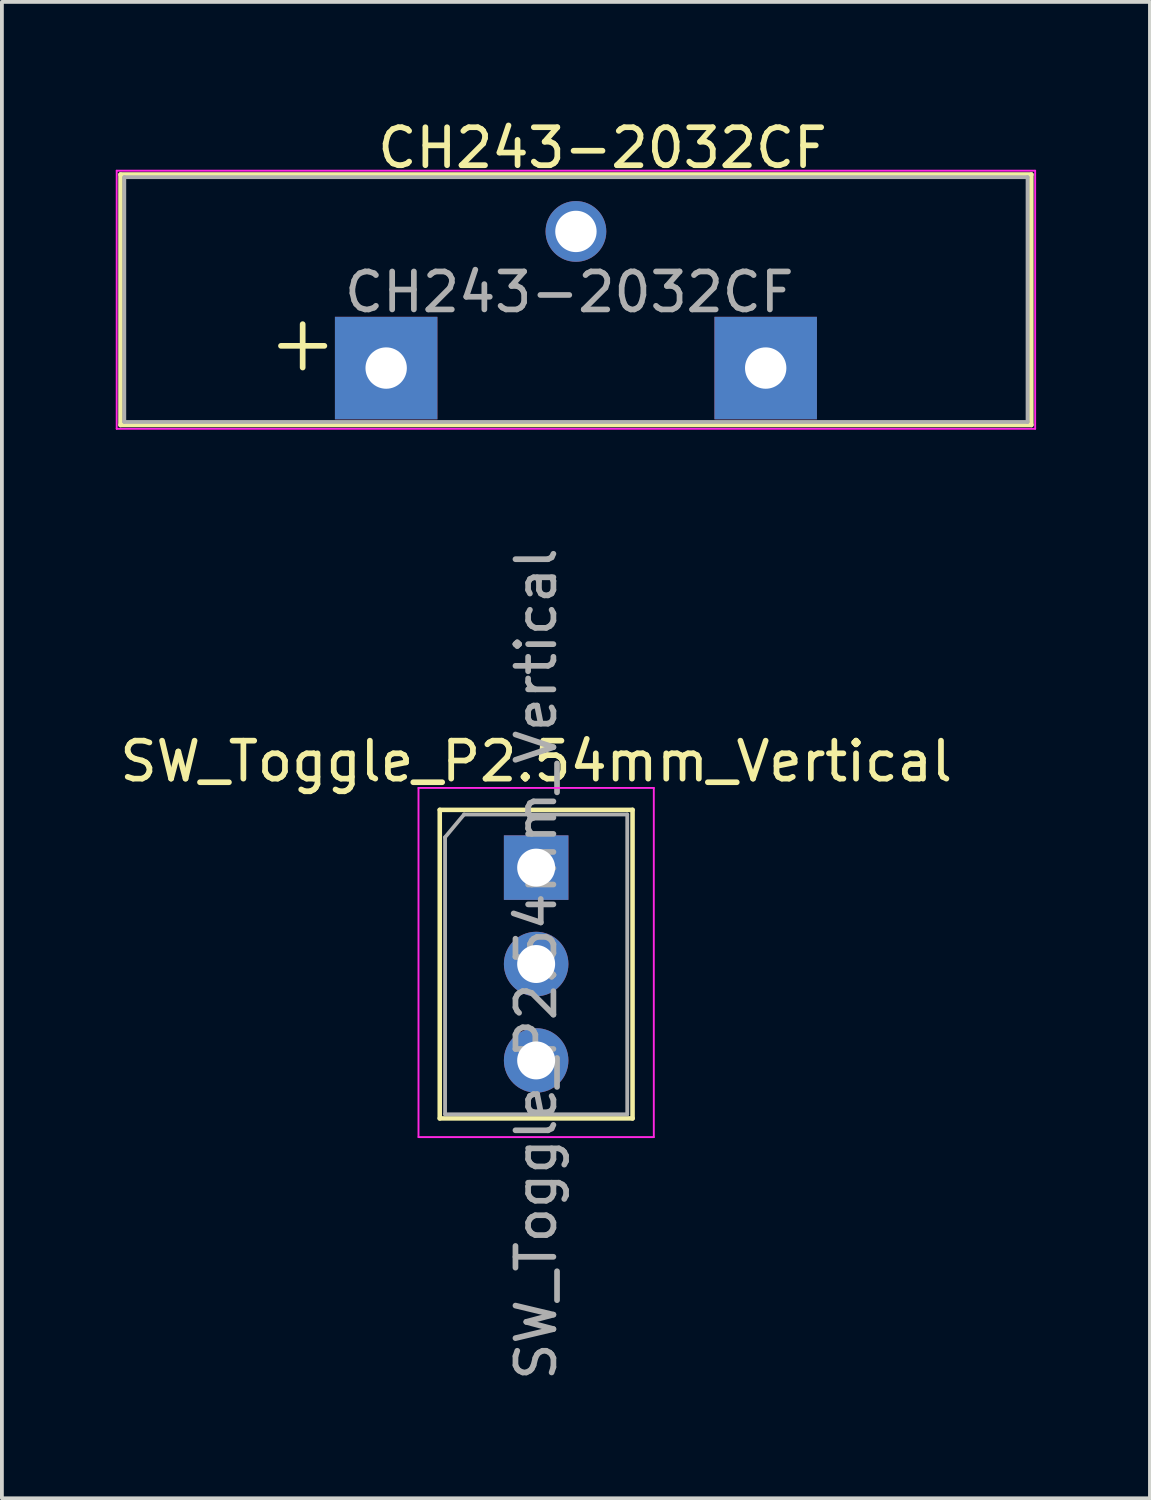
<source format=kicad_pcb>
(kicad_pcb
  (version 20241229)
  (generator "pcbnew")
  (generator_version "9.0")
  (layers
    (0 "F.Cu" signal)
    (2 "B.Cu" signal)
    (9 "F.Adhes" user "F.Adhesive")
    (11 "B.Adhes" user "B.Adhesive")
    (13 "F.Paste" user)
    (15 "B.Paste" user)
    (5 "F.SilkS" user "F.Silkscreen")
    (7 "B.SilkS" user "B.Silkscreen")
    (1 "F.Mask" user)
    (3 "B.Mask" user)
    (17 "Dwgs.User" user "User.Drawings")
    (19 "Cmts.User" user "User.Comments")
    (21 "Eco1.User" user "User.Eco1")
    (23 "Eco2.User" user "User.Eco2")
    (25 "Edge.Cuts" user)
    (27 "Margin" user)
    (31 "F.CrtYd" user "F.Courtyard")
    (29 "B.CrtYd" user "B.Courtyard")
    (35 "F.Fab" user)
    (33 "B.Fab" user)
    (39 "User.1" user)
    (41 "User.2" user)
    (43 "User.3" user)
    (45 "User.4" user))
  (footprint "CH243-2032CF"
    (layer "F.Cu")
    (at 7.125 6.648)
    (property "Reference" "CH243-2032CF" (at 5.7 -5.8 0) (layer "F.SilkS") (effects (font (size 1 1) (thickness 0.15))))
    (attr through_hole)
    (fp_line (start -7 -5.1) (end -7 1.5) (stroke (width 0.12) (type solid)) (layer "F.SilkS"))
    (fp_line (start -7 -5.1) (end 17 -5.1) (stroke (width 0.12) (type solid)) (layer "F.SilkS"))
    (fp_line (start -7 1.5) (end 17 1.5) (stroke (width 0.12) (type solid)) (layer "F.SilkS"))
    (fp_line (start 17 -5.1) (end 17 1.5) (stroke (width 0.12) (type solid)) (layer "F.SilkS"))
    (fp_line (start -7.1 -5.2) (end -7.1 1.6) (stroke (width 0.05) (type solid)) (layer "F.CrtYd"))
    (fp_line (start -7.1 -5.2) (end 17.1 -5.2) (stroke (width 0.05) (type solid)) (layer "F.CrtYd"))
    (fp_line (start -7.1 1.6) (end 17.1 1.6) (stroke (width 0.05) (type solid)) (layer "F.CrtYd"))
    (fp_line (start 17.1 -5.2) (end 17.1 1.6) (stroke (width 0.05) (type solid)) (layer "F.CrtYd"))
    (fp_line (start -6.9 -5.03) (end -6.9 1.42) (stroke (width 0.1) (type solid)) (layer "F.Fab"))
    (fp_line (start -6.9 -5.03) (end 16.9 -5.03) (stroke (width 0.1) (type solid)) (layer "F.Fab"))
    (fp_line (start -6.9 1.42) (end 16.9 1.42) (stroke (width 0.1) (type solid)) (layer "F.Fab"))
    (fp_line (start 16.9 -5.03) (end 16.9 1.42) (stroke (width 0.1) (type solid)) (layer "F.Fab"))
    (fp_text user "+" (at -2.2 -0.7 0) (layer "F.SilkS") (effects (font (size 1.5 1.5) (thickness 0.15))))
    (fp_text user "${REFERENCE}" (at 4.825 -2 180) (layer "F.Fab") (effects (font (size 1 1) (thickness 0.15))))
    (pad "1" thru_hole rect (at 0 0 90) (size 2.7 2.7) (drill 1.09) (layers "*.Cu" "*.Mask"))
    (pad "1" thru_hole rect (at 10 0 90) (size 2.7 2.7) (drill 1.09) (layers "*.Cu" "*.Mask"))
    (pad "2" thru_hole circle (at 5 -3.6) (size 1.6 1.6) (drill 1.09) (layers "*.Cu" "*.Mask")))
  (footprint "SW_Toggle_P2.54mm_Vertical"
    (layer "F.Cu")
    (at 11.077 19.811)
    (property "Reference" "SW_Toggle_P2.54mm_Vertical" (at 0 -2.8 0) (layer "F.SilkS") (effects (font (size 1 1) (thickness 0.15))))
    (attr through_hole)
    (fp_line (start -2.54 -1.522) (end 2.54 -1.522) (stroke (width 0.12) (type solid)) (layer "F.SilkS"))
    (fp_line (start -2.54 6.608) (end -2.54 -1.522) (stroke (width 0.12) (type solid)) (layer "F.SilkS"))
    (fp_line (start 2.54 -1.522) (end 2.54 6.608) (stroke (width 0.12) (type solid)) (layer "F.SilkS"))
    (fp_line (start 2.54 6.608) (end -2.54 6.608) (stroke (width 0.12) (type solid)) (layer "F.SilkS"))
    (fp_line (start -3.1 -2.1) (end -3.1 7.1) (stroke (width 0.05) (type solid)) (layer "F.CrtYd"))
    (fp_line (start -3.1 7.1) (end 3.1 7.1) (stroke (width 0.05) (type solid)) (layer "F.CrtYd"))
    (fp_line (start 3.1 -2.1) (end -3.1 -2.1) (stroke (width 0.05) (type solid)) (layer "F.CrtYd"))
    (fp_line (start 3.1 7.1) (end 3.1 -2.1) (stroke (width 0.05) (type solid)) (layer "F.CrtYd"))
    (fp_line (start -2.4 -0.8) (end -1.9 -1.4) (stroke (width 0.1) (type solid)) (layer "F.Fab"))
    (fp_line (start -2.4 6.5) (end -2.4 -0.8) (stroke (width 0.1) (type solid)) (layer "F.Fab"))
    (fp_line (start -1.9 -1.4) (end 2.4 -1.4) (stroke (width 0.1) (type solid)) (layer "F.Fab"))
    (fp_line (start 2.4 -1.4) (end 2.4 6.5) (stroke (width 0.1) (type solid)) (layer "F.Fab"))
    (fp_line (start 2.4 6.5) (end -2.4 6.5) (stroke (width 0.1) (type solid)) (layer "F.Fab"))
    (fp_text user "${REFERENCE}" (at 0 2.54 90) (layer "F.Fab") (effects (font (size 1 1) (thickness 0.15))))
    (pad "1" thru_hole rect (at 0 0) (size 1.7 1.7) (drill 1) (layers "*.Cu" "*.Mask"))
    (pad "2" thru_hole circle (at 0 2.54) (size 1.7 1.7) (drill 1) (layers "*.Cu" "*.Mask"))
    (pad "3" thru_hole circle (at 0 5.08) (size 1.7 1.7) (drill 1) (layers "*.Cu" "*.Mask")))
  (gr_rect
    (start -3 -3)
    (end 27.25 36.428)
    (stroke (width 0.1) (type default))
    (fill no)
    (layer "Edge.Cuts")))
</source>
